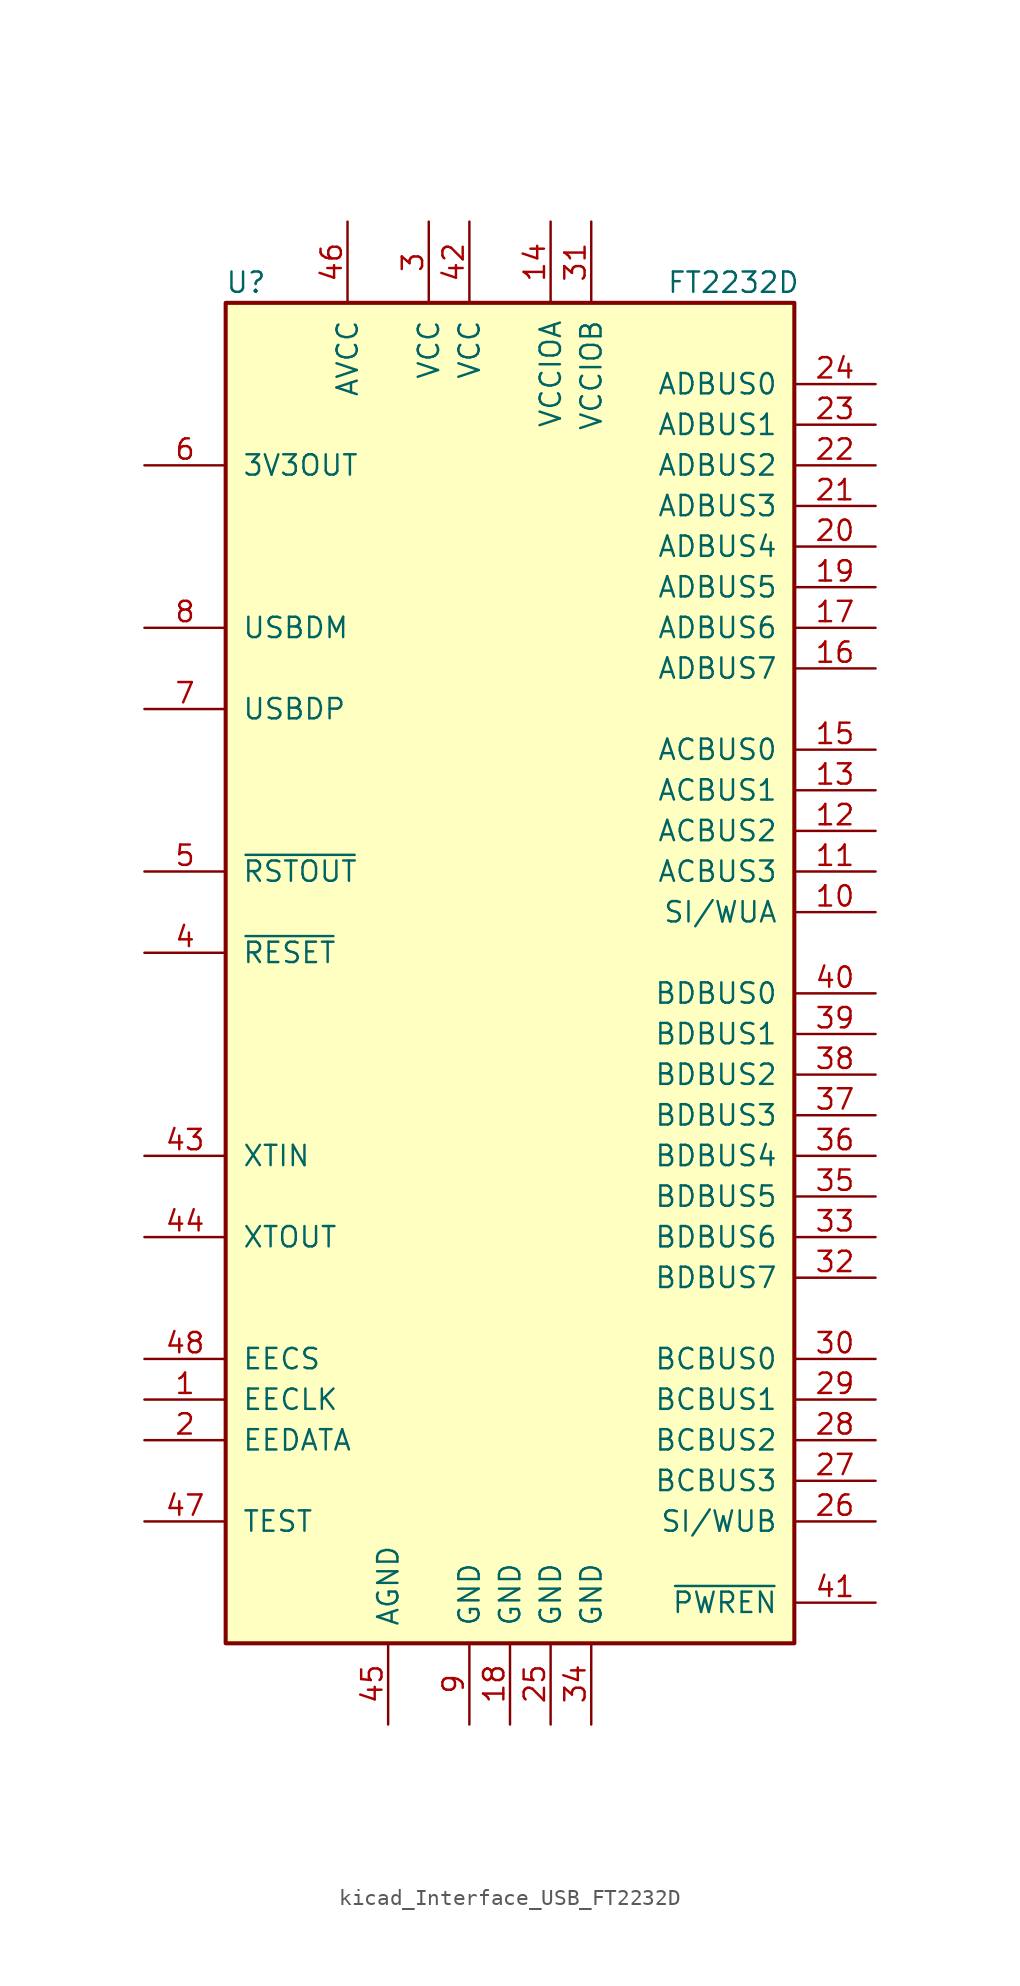
<source format=kicad_sym>
(kicad_symbol_lib
  (version 20220914)
  (generator kicad_symbol_editor)
  (symbol "kicad_Interface_USB_FT2232D"
    (pin_names
      (offset 1.016))
    (property "Reference" "U"
      (at -16.51 44.45 0)
      (effects (font (size 1.27 1.27))))
    (property "Value" "FT2232D"
      (at 13.97 44.45 0)
      (effects (font (size 1.27 1.27))))
    (symbol "kicad_Interface_USB_FT2232D_0_1"
      (rectangle (start -17.78 -40.64) (end 17.78 43.18) (stroke (width 0.254) (type default)) (fill (type background))))
    (symbol "kicad_Interface_USB_FT2232D_1_1"
      (pin output line (at -22.86 -25.4 0) (length 5.08) (name "EECLK" (effects (font (size 1.27 1.27)))) (number "1" (effects (font (size 1.27 1.27)))))
      (pin bidirectional line (at 22.86 5.08 180) (length 5.08) (name "SI/WUA" (effects (font (size 1.27 1.27)))) (number "10" (effects (font (size 1.27 1.27)))))
      (pin bidirectional line (at 22.86 7.62 180) (length 5.08) (name "ACBUS3" (effects (font (size 1.27 1.27)))) (number "11" (effects (font (size 1.27 1.27)))))
      (pin bidirectional line (at 22.86 10.16 180) (length 5.08) (name "ACBUS2" (effects (font (size 1.27 1.27)))) (number "12" (effects (font (size 1.27 1.27)))))
      (pin bidirectional line (at 22.86 12.7 180) (length 5.08) (name "ACBUS1" (effects (font (size 1.27 1.27)))) (number "13" (effects (font (size 1.27 1.27)))))
      (pin power_in line (at 2.54 48.26 270) (length 5.08) (name "VCCIOA" (effects (font (size 1.27 1.27)))) (number "14" (effects (font (size 1.27 1.27)))))
      (pin bidirectional line (at 22.86 15.24 180) (length 5.08) (name "ACBUS0" (effects (font (size 1.27 1.27)))) (number "15" (effects (font (size 1.27 1.27)))))
      (pin bidirectional line (at 22.86 20.32 180) (length 5.08) (name "ADBUS7" (effects (font (size 1.27 1.27)))) (number "16" (effects (font (size 1.27 1.27)))))
      (pin bidirectional line (at 22.86 22.86 180) (length 5.08) (name "ADBUS6" (effects (font (size 1.27 1.27)))) (number "17" (effects (font (size 1.27 1.27)))))
      (pin power_in line (at 0 -45.72 90) (length 5.08) (name "GND" (effects (font (size 1.27 1.27)))) (number "18" (effects (font (size 1.27 1.27)))))
      (pin bidirectional line (at 22.86 25.4 180) (length 5.08) (name "ADBUS5" (effects (font (size 1.27 1.27)))) (number "19" (effects (font (size 1.27 1.27)))))
      (pin bidirectional line (at -22.86 -27.94 0) (length 5.08) (name "EEDATA" (effects (font (size 1.27 1.27)))) (number "2" (effects (font (size 1.27 1.27)))))
      (pin bidirectional line (at 22.86 27.94 180) (length 5.08) (name "ADBUS4" (effects (font (size 1.27 1.27)))) (number "20" (effects (font (size 1.27 1.27)))))
      (pin bidirectional line (at 22.86 30.48 180) (length 5.08) (name "ADBUS3" (effects (font (size 1.27 1.27)))) (number "21" (effects (font (size 1.27 1.27)))))
      (pin bidirectional line (at 22.86 33.02 180) (length 5.08) (name "ADBUS2" (effects (font (size 1.27 1.27)))) (number "22" (effects (font (size 1.27 1.27)))))
      (pin bidirectional line (at 22.86 35.56 180) (length 5.08) (name "ADBUS1" (effects (font (size 1.27 1.27)))) (number "23" (effects (font (size 1.27 1.27)))))
      (pin bidirectional line (at 22.86 38.1 180) (length 5.08) (name "ADBUS0" (effects (font (size 1.27 1.27)))) (number "24" (effects (font (size 1.27 1.27)))))
      (pin power_in line (at 2.54 -45.72 90) (length 5.08) (name "GND" (effects (font (size 1.27 1.27)))) (number "25" (effects (font (size 1.27 1.27)))))
      (pin output line (at 22.86 -33.02 180) (length 5.08) (name "SI/WUB" (effects (font (size 1.27 1.27)))) (number "26" (effects (font (size 1.27 1.27)))))
      (pin output line (at 22.86 -30.48 180) (length 5.08) (name "BCBUS3" (effects (font (size 1.27 1.27)))) (number "27" (effects (font (size 1.27 1.27)))))
      (pin output line (at 22.86 -27.94 180) (length 5.08) (name "BCBUS2" (effects (font (size 1.27 1.27)))) (number "28" (effects (font (size 1.27 1.27)))))
      (pin output line (at 22.86 -25.4 180) (length 5.08) (name "BCBUS1" (effects (font (size 1.27 1.27)))) (number "29" (effects (font (size 1.27 1.27)))))
      (pin power_in line (at -5.08 48.26 270) (length 5.08) (name "VCC" (effects (font (size 1.27 1.27)))) (number "3" (effects (font (size 1.27 1.27)))))
      (pin output line (at 22.86 -22.86 180) (length 5.08) (name "BCBUS0" (effects (font (size 1.27 1.27)))) (number "30" (effects (font (size 1.27 1.27)))))
      (pin power_in line (at 5.08 48.26 270) (length 5.08) (name "VCCIOB" (effects (font (size 1.27 1.27)))) (number "31" (effects (font (size 1.27 1.27)))))
      (pin output line (at 22.86 -17.78 180) (length 5.08) (name "BDBUS7" (effects (font (size 1.27 1.27)))) (number "32" (effects (font (size 1.27 1.27)))))
      (pin output line (at 22.86 -15.24 180) (length 5.08) (name "BDBUS6" (effects (font (size 1.27 1.27)))) (number "33" (effects (font (size 1.27 1.27)))))
      (pin power_in line (at 5.08 -45.72 90) (length 5.08) (name "GND" (effects (font (size 1.27 1.27)))) (number "34" (effects (font (size 1.27 1.27)))))
      (pin output line (at 22.86 -12.7 180) (length 5.08) (name "BDBUS5" (effects (font (size 1.27 1.27)))) (number "35" (effects (font (size 1.27 1.27)))))
      (pin output line (at 22.86 -10.16 180) (length 5.08) (name "BDBUS4" (effects (font (size 1.27 1.27)))) (number "36" (effects (font (size 1.27 1.27)))))
      (pin output line (at 22.86 -7.62 180) (length 5.08) (name "BDBUS3" (effects (font (size 1.27 1.27)))) (number "37" (effects (font (size 1.27 1.27)))))
      (pin output line (at 22.86 -5.08 180) (length 5.08) (name "BDBUS2" (effects (font (size 1.27 1.27)))) (number "38" (effects (font (size 1.27 1.27)))))
      (pin output line (at 22.86 -2.54 180) (length 5.08) (name "BDBUS1" (effects (font (size 1.27 1.27)))) (number "39" (effects (font (size 1.27 1.27)))))
      (pin input line (at -22.86 2.54 0) (length 5.08) (name "~{RESET}" (effects (font (size 1.27 1.27)))) (number "4" (effects (font (size 1.27 1.27)))))
      (pin output line (at 22.86 0 180) (length 5.08) (name "BDBUS0" (effects (font (size 1.27 1.27)))) (number "40" (effects (font (size 1.27 1.27)))))
      (pin output line (at 22.86 -38.1 180) (length 5.08) (name "~{PWREN}" (effects (font (size 1.27 1.27)))) (number "41" (effects (font (size 1.27 1.27)))))
      (pin power_in line (at -2.54 48.26 270) (length 5.08) (name "VCC" (effects (font (size 1.27 1.27)))) (number "42" (effects (font (size 1.27 1.27)))))
      (pin input line (at -22.86 -10.16 0) (length 5.08) (name "XTIN" (effects (font (size 1.27 1.27)))) (number "43" (effects (font (size 1.27 1.27)))))
      (pin output line (at -22.86 -15.24 0) (length 5.08) (name "XTOUT" (effects (font (size 1.27 1.27)))) (number "44" (effects (font (size 1.27 1.27)))))
      (pin power_in line (at -7.62 -45.72 90) (length 5.08) (name "AGND" (effects (font (size 1.27 1.27)))) (number "45" (effects (font (size 1.27 1.27)))))
      (pin power_in line (at -10.16 48.26 270) (length 5.08) (name "AVCC" (effects (font (size 1.27 1.27)))) (number "46" (effects (font (size 1.27 1.27)))))
      (pin input line (at -22.86 -33.02 0) (length 5.08) (name "TEST" (effects (font (size 1.27 1.27)))) (number "47" (effects (font (size 1.27 1.27)))))
      (pin bidirectional line (at -22.86 -22.86 0) (length 5.08) (name "EECS" (effects (font (size 1.27 1.27)))) (number "48" (effects (font (size 1.27 1.27)))))
      (pin output line (at -22.86 7.62 0) (length 5.08) (name "~{RSTOUT}" (effects (font (size 1.27 1.27)))) (number "5" (effects (font (size 1.27 1.27)))))
      (pin power_out line (at -22.86 33.02 0) (length 5.08) (name "3V3OUT" (effects (font (size 1.27 1.27)))) (number "6" (effects (font (size 1.27 1.27)))))
      (pin bidirectional line (at -22.86 17.78 0) (length 5.08) (name "USBDP" (effects (font (size 1.27 1.27)))) (number "7" (effects (font (size 1.27 1.27)))))
      (pin bidirectional line (at -22.86 22.86 0) (length 5.08) (name "USBDM" (effects (font (size 1.27 1.27)))) (number "8" (effects (font (size 1.27 1.27)))))
      (pin power_in line (at -2.54 -45.72 90) (length 5.08) (name "GND" (effects (font (size 1.27 1.27)))) (number "9" (effects (font (size 1.27 1.27))))))))
</source>
